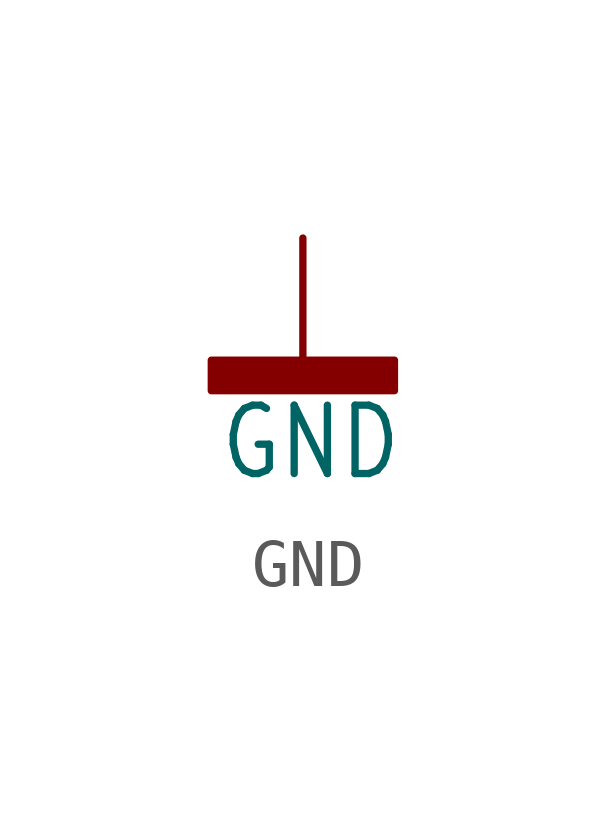
<source format=kicad_sym>
(kicad_symbol_lib
  (version 20211014)
  (generator kicad_symbol_editor)
  (symbol "GND"
    (power)
    (property "Reference" "#GND"
      (at 0 0 0)
      (effects (font (size 1.27 1.27)) hide))
    (property "Value" "GND"
      (at -1.778 -2.54 0)
      (effects (font (size 1.422 1.209)) (justify left bottom)))
    (property "ki_locked" ""
      (at 0 0 0)
      (effects (font (size 1.27 1.27))))
    (symbol "GND_1_0"
      (rectangle (start -1.905 -0.635) (end 1.905 0) (stroke (width 0) (type default) (color 0 0 0 0)) (fill (type outline)))
      (pin power_in line (at 0 2.54 270) (length 2.54) (name "GND" (effects (font (size 0 0)))) (number "1" (effects (font (size 0 0))))))))
</source>
